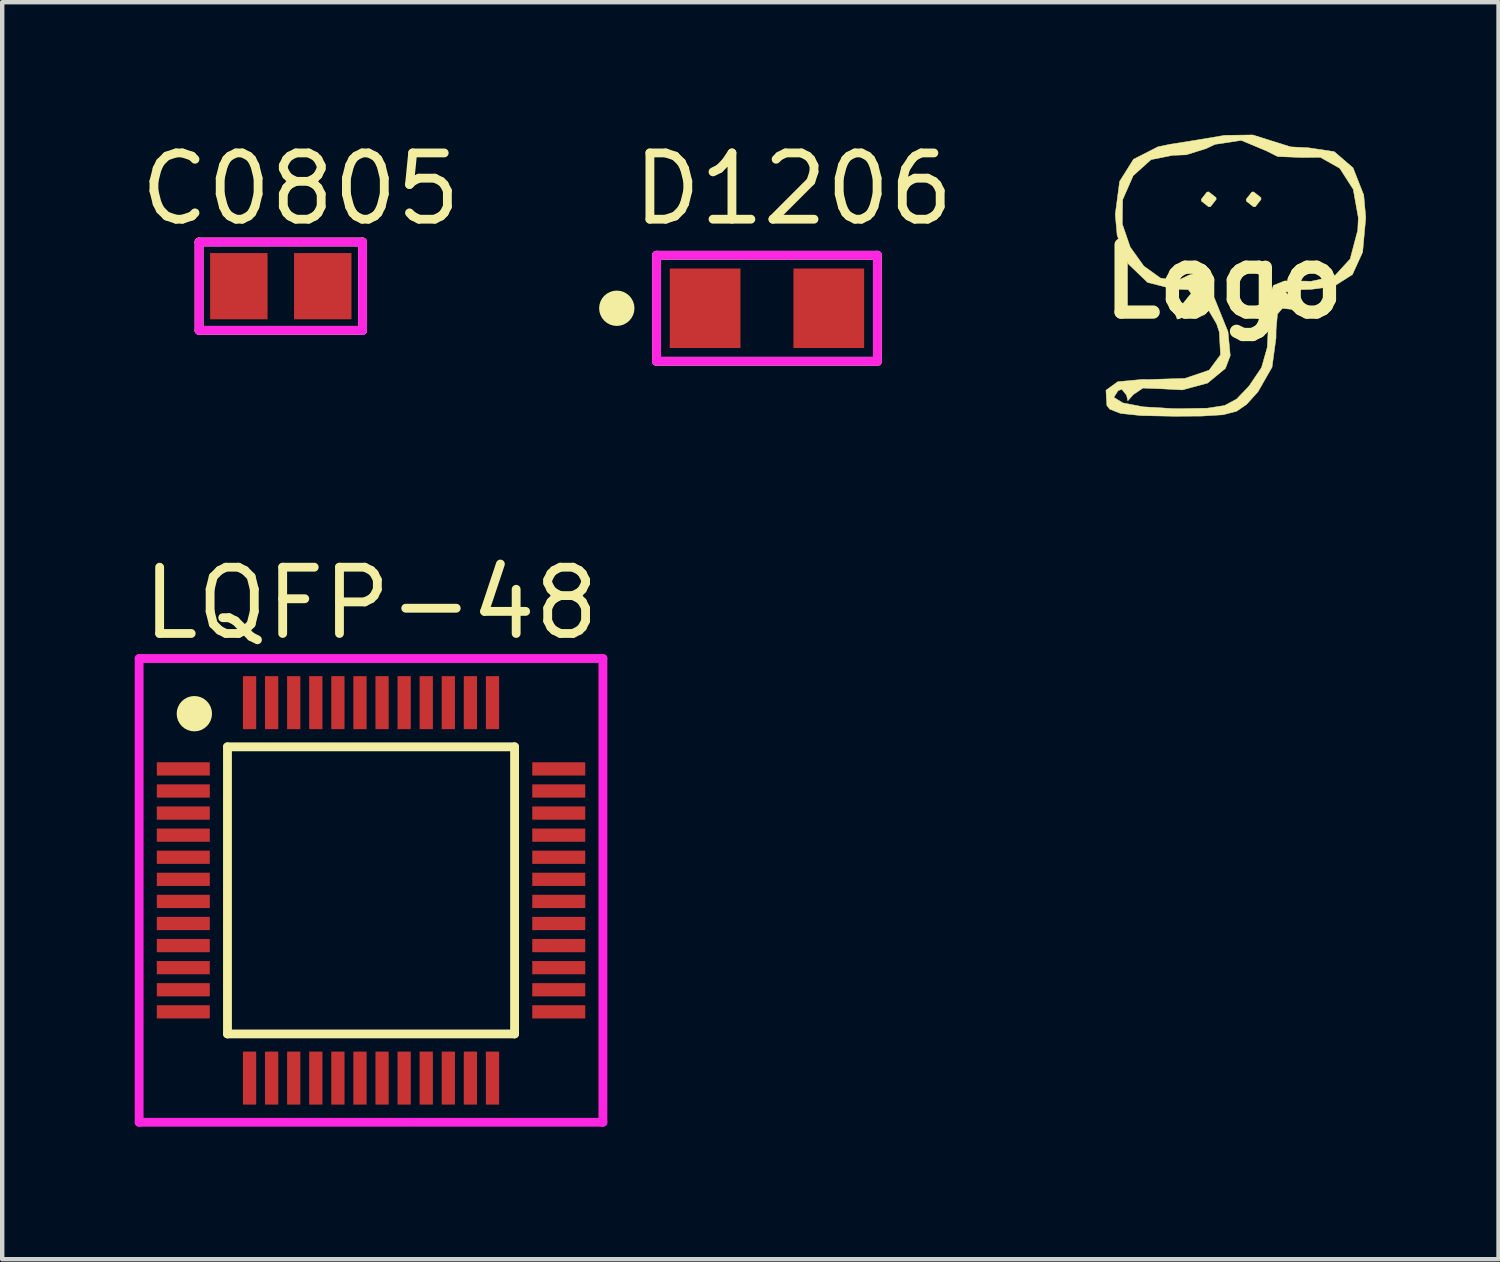
<source format=kicad_pcb>
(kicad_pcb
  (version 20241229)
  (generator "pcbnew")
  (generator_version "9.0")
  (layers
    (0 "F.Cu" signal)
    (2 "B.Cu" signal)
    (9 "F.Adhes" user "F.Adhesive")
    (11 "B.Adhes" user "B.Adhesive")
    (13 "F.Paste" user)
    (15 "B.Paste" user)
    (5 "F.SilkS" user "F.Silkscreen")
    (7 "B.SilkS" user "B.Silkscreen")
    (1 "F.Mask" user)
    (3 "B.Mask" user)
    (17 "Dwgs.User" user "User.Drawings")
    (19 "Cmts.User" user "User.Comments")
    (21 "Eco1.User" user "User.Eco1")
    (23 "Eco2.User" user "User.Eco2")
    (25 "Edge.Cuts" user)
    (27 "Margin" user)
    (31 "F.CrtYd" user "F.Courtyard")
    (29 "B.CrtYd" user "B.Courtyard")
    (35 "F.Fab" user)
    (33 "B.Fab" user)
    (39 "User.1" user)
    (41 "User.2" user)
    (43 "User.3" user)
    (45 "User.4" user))
  (footprint "Logo"
    (layer "F.Cu")
    (at 24.654 3.326)
    (property "Reference" "Logo" (at 0 0 0) (layer "F.SilkS") (effects (font (size 1.524 1.524) (thickness 0.3))))
    (attr through_hole)
    (fp_poly (pts (xy -0.174 -1.903) (xy -0.169 -1.863) (xy -0.298 -1.698) (xy -0.339 -1.693) (xy -0.503 -1.822) (xy -0.508 -1.863) (xy -0.379 -2.027) (xy -0.339 -2.032) (xy -0.174 -1.903)) (stroke (width 0.01) (type solid)) (fill yes) (layer "F.SilkS"))
    (fp_poly (pts (xy 0.842 -1.903) (xy 0.847 -1.863) (xy 0.718 -1.698) (xy 0.677 -1.693) (xy 0.513 -1.822) (xy 0.508 -1.863) (xy 0.637 -2.027) (xy 0.677 -2.032) (xy 0.842 -1.903)) (stroke (width 0.01) (type solid)) (fill yes) (layer "F.SilkS"))
    (fp_poly (pts (xy 1.039 -3.201) (xy 1.518 -3.051) (xy 1.921 -3.03) (xy 2.503 -2.943) (xy 2.929 -2.576) (xy 3.171 -1.961) (xy 3.217 -1.447) (xy 3.146 -0.667) (xy 2.915 -0.16) (xy 2.494 0.107) (xy 1.98 0.175) (xy 1.547 0.187) (xy 1.404 0.238) (xy 1.504 0.365) (xy 1.609 0.45) (xy 1.839 0.644) (xy 1.791 0.678) (xy 1.566 0.63) (xy 1.329 0.605) (xy 1.218 0.733) (xy 1.186 1.094) (xy 1.185 1.273) (xy 1.095 1.937) (xy 0.781 2.486) (xy 0.747 2.527) (xy 0.517 2.781) (xy 0.292 2.935) (xy -0.017 3.015) (xy -0.498 3.044) (xy -1.121 3.048) (xy -1.869 3.033) (xy -2.337 2.983) (xy -2.581 2.887) (xy -2.645 2.802) (xy -2.656 2.619) (xy -2.487 2.619) (xy -2.285 2.745) (xy -1.821 2.834) (xy -1.135 2.875) (xy -0.989 2.876) (xy -0.37 2.865) (xy 0.02 2.805) (xy 0.29 2.66) (xy 0.548 2.393) (xy 0.578 2.358) (xy 0.856 1.947) (xy 0.987 1.488) (xy 1.016 0.918) (xy 1.03 0.371) (xy 1.125 0.085) (xy 1.381 -0.016) (xy 1.878 -0.011) (xy 1.972 -0.006) (xy 2.503 -0.12) (xy 2.863 -0.513) (xy 3.035 -1.163) (xy 3.048 -1.447) (xy 2.933 -2.09) (xy 2.628 -2.566) (xy 2.187 -2.815) (xy 1.781 -2.81) (xy 1.221 -2.832) (xy 0.972 -2.958) (xy 0.398 -3.198) (xy -0.199 -3.107) (xy -0.392 -3.014) (xy -0.848 -2.871) (xy -1.157 -2.859) (xy -1.644 -2.762) (xy -2.049 -2.398) (xy -2.288 -1.853) (xy -2.295 -1.304) (xy -2.116 -0.782) (xy -1.808 -0.352) (xy -1.428 -0.079) (xy -1.032 -0.027) (xy -0.788 -0.147) (xy -0.616 -0.194) (xy -0.426 -0.007) (xy -0.198 0.402) (xy 0.098 1.135) (xy 0.149 1.675) (xy 0.04 1.964) (xy -0.364 2.297) (xy -0.936 2.452) (xy -1.358 2.429) (xy -1.828 2.41) (xy -2.047 2.558) (xy -2.17 2.698) (xy -2.199 2.572) (xy -2.305 2.438) (xy -2.389 2.467) (xy -2.487 2.619) (xy -2.656 2.619) (xy -2.665 2.459) (xy -2.397 2.265) (xy -1.83 2.213) (xy -1.718 2.217) (xy -0.876 2.19) (xy -0.329 2.005) (xy -0.072 1.657) (xy -0.099 1.142) (xy -0.161 0.954) (xy -0.377 0.589) (xy -0.61 0.528) (xy -0.762 0.677) (xy -0.999 0.841) (xy -1.052 0.847) (xy -1.092 0.744) (xy -0.931 0.508) (xy -0.738 0.27) (xy -0.799 0.182) (xy -1.13 0.169) (xy -1.723 0.018) (xy -2.163 -0.404) (xy -2.412 -1.049) (xy -2.455 -1.52) (xy -2.356 -2.269) (xy -2.042 -2.77) (xy -1.488 -3.053) (xy -1.217 -3.109) (xy -0.589 -3.209) (xy 0.023 -3.312) (xy 0.66 -3.321) (xy 1.039 -3.201)) (stroke (width 0.01) (type solid)) (fill yes) (layer "F.SilkS")))
  (footprint "LQFP-48"
    (layer "F.Cu")
    (at 1.1 14.358)
    (property "Reference" "LQFP-48" (at 4.25 -3.75 0) (layer "F.SilkS") (effects (font (size 1.5 1.5) (thickness 0.2))))
    (attr through_hole)
    (fp_line (start 1 -0.5) (end 7.5 -0.5) (stroke (width 0.2) (type solid)) (layer "F.SilkS"))
    (fp_line (start 1 6) (end 1 -0.5) (stroke (width 0.2) (type solid)) (layer "F.SilkS"))
    (fp_line (start 7.5 -0.5) (end 7.5 6) (stroke (width 0.2) (type solid)) (layer "F.SilkS"))
    (fp_line (start 7.5 6) (end 1 6) (stroke (width 0.2) (type solid)) (layer "F.SilkS"))
    (fp_circle (center 0.25 -1.25) (end 0.45 -1.25) (stroke (width 0.4) (type solid)) (fill no) (layer "F.SilkS"))
    (fp_line (start -1 -2.5) (end 9.5 -2.5) (stroke (width 0.2) (type solid)) (layer "F.CrtYd"))
    (fp_line (start -1 8) (end -1 -2.5) (stroke (width 0.2) (type solid)) (layer "F.CrtYd"))
    (fp_line (start 9.5 -2.5) (end 9.5 8) (stroke (width 0.2) (type solid)) (layer "F.CrtYd"))
    (fp_line (start 9.5 8) (end -1 8) (stroke (width 0.2) (type solid)) (layer "F.CrtYd"))
    (pad "1" smd rect (at 0 0) (size 1.2 0.3) (layers "F.Cu" "F.Mask" "F.Paste"))
    (pad "2" smd rect (at 0 0.5) (size 1.2 0.3) (layers "F.Cu" "F.Mask" "F.Paste"))
    (pad "3" smd rect (at 0 1) (size 1.2 0.3) (layers "F.Cu" "F.Mask" "F.Paste"))
    (pad "4" smd rect (at 0 1.5) (size 1.2 0.3) (layers "F.Cu" "F.Mask" "F.Paste"))
    (pad "5" smd rect (at 0 2) (size 1.2 0.3) (layers "F.Cu" "F.Mask" "F.Paste"))
    (pad "6" smd rect (at 0 2.5) (size 1.2 0.3) (layers "F.Cu" "F.Mask" "F.Paste"))
    (pad "7" smd rect (at 0 3) (size 1.2 0.3) (layers "F.Cu" "F.Mask" "F.Paste"))
    (pad "8" smd rect (at 0 3.5) (size 1.2 0.3) (layers "F.Cu" "F.Mask" "F.Paste"))
    (pad "9" smd rect (at 0 4) (size 1.2 0.3) (layers "F.Cu" "F.Mask" "F.Paste"))
    (pad "10" smd rect (at 0 4.5) (size 1.2 0.3) (layers "F.Cu" "F.Mask" "F.Paste"))
    (pad "11" smd rect (at 0 5) (size 1.2 0.3) (layers "F.Cu" "F.Mask" "F.Paste"))
    (pad "12" smd rect (at 0 5.5) (size 1.2 0.3) (layers "F.Cu" "F.Mask" "F.Paste"))
    (pad "13" smd rect (at 1.5 7 90) (size 1.2 0.3) (layers "F.Cu" "F.Mask" "F.Paste"))
    (pad "14" smd rect (at 2 7 90) (size 1.2 0.3) (layers "F.Cu" "F.Mask" "F.Paste"))
    (pad "15" smd rect (at 2.5 7 90) (size 1.2 0.3) (layers "F.Cu" "F.Mask" "F.Paste"))
    (pad "16" smd rect (at 3 7 90) (size 1.2 0.3) (layers "F.Cu" "F.Mask" "F.Paste"))
    (pad "17" smd rect (at 3.5 7 90) (size 1.2 0.3) (layers "F.Cu" "F.Mask" "F.Paste"))
    (pad "18" smd rect (at 4 7 90) (size 1.2 0.3) (layers "F.Cu" "F.Mask" "F.Paste"))
    (pad "19" smd rect (at 4.5 7 90) (size 1.2 0.3) (layers "F.Cu" "F.Mask" "F.Paste"))
    (pad "20" smd rect (at 5 7 90) (size 1.2 0.3) (layers "F.Cu" "F.Mask" "F.Paste"))
    (pad "21" smd rect (at 5.5 7 90) (size 1.2 0.3) (layers "F.Cu" "F.Mask" "F.Paste"))
    (pad "22" smd rect (at 6 7 90) (size 1.2 0.3) (layers "F.Cu" "F.Mask" "F.Paste"))
    (pad "23" smd rect (at 6.5 7 90) (size 1.2 0.3) (layers "F.Cu" "F.Mask" "F.Paste"))
    (pad "24" smd rect (at 7 7 90) (size 1.2 0.3) (layers "F.Cu" "F.Mask" "F.Paste"))
    (pad "25" smd rect (at 8.5 5.5) (size 1.2 0.3) (layers "F.Cu" "F.Mask" "F.Paste"))
    (pad "26" smd rect (at 8.5 5) (size 1.2 0.3) (layers "F.Cu" "F.Mask" "F.Paste"))
    (pad "27" smd rect (at 8.5 4.5) (size 1.2 0.3) (layers "F.Cu" "F.Mask" "F.Paste"))
    (pad "28" smd rect (at 8.5 4) (size 1.2 0.3) (layers "F.Cu" "F.Mask" "F.Paste"))
    (pad "29" smd rect (at 8.5 3.5) (size 1.2 0.3) (layers "F.Cu" "F.Mask" "F.Paste"))
    (pad "30" smd rect (at 8.5 3) (size 1.2 0.3) (layers "F.Cu" "F.Mask" "F.Paste"))
    (pad "31" smd rect (at 8.5 2.5) (size 1.2 0.3) (layers "F.Cu" "F.Mask" "F.Paste"))
    (pad "32" smd rect (at 8.5 2) (size 1.2 0.3) (layers "F.Cu" "F.Mask" "F.Paste"))
    (pad "33" smd rect (at 8.5 1.5) (size 1.2 0.3) (layers "F.Cu" "F.Mask" "F.Paste"))
    (pad "34" smd rect (at 8.5 1) (size 1.2 0.3) (layers "F.Cu" "F.Mask" "F.Paste"))
    (pad "35" smd rect (at 8.5 0.5) (size 1.2 0.3) (layers "F.Cu" "F.Mask" "F.Paste"))
    (pad "36" smd rect (at 8.5 0) (size 1.2 0.3) (layers "F.Cu" "F.Mask" "F.Paste"))
    (pad "37" smd rect (at 7 -1.5 90) (size 1.2 0.3) (layers "F.Cu" "F.Mask" "F.Paste"))
    (pad "38" smd rect (at 6.5 -1.5 90) (size 1.2 0.3) (layers "F.Cu" "F.Mask" "F.Paste"))
    (pad "39" smd rect (at 6 -1.5 90) (size 1.2 0.3) (layers "F.Cu" "F.Mask" "F.Paste"))
    (pad "40" smd rect (at 5.5 -1.5 90) (size 1.2 0.3) (layers "F.Cu" "F.Mask" "F.Paste"))
    (pad "41" smd rect (at 5 -1.5 90) (size 1.2 0.3) (layers "F.Cu" "F.Mask" "F.Paste"))
    (pad "42" smd rect (at 4.5 -1.5 90) (size 1.2 0.3) (layers "F.Cu" "F.Mask" "F.Paste"))
    (pad "43" smd rect (at 4 -1.5 90) (size 1.2 0.3) (layers "F.Cu" "F.Mask" "F.Paste"))
    (pad "44" smd rect (at 3.5 -1.5 90) (size 1.2 0.3) (layers "F.Cu" "F.Mask" "F.Paste"))
    (pad "45" smd rect (at 3 -1.5 90) (size 1.2 0.3) (layers "F.Cu" "F.Mask" "F.Paste"))
    (pad "46" smd rect (at 2.5 -1.5 90) (size 1.2 0.3) (layers "F.Cu" "F.Mask" "F.Paste"))
    (pad "47" smd rect (at 2 -1.5 90) (size 1.2 0.3) (layers "F.Cu" "F.Mask" "F.Paste"))
    (pad "48" smd rect (at 1.5 -1.5 90) (size 1.2 0.3) (layers "F.Cu" "F.Mask" "F.Paste")))
  (footprint "D1206"
    (layer "F.Cu")
    (at 12.914 3.929)
    (property "Reference" "D1206" (at 2 -2.7 0) (layer "F.SilkS") (effects (font (size 1.5 1.5) (thickness 0.2))))
    (attr through_hole)
    (fp_line (start -1.1 -1.2) (end 3.9 -1.2) (stroke (width 0.2) (type solid)) (layer "F.SilkS"))
    (fp_line (start -1.1 1.2) (end -1.1 -1.2) (stroke (width 0.2) (type solid)) (layer "F.SilkS"))
    (fp_line (start 3.9 -1.2) (end 3.9 1.2) (stroke (width 0.2) (type solid)) (layer "F.SilkS"))
    (fp_line (start 3.9 1.2) (end -1.1 1.2) (stroke (width 0.2) (type solid)) (layer "F.SilkS"))
    (fp_circle (center -2 0) (end -1.8 0) (stroke (width 0.4) (type solid)) (fill no) (layer "F.SilkS"))
    (fp_line (start -1.1 -1.2) (end 3.9 -1.2) (stroke (width 0.2) (type solid)) (layer "F.CrtYd"))
    (fp_line (start -1.1 1.2) (end -1.1 -1.2) (stroke (width 0.2) (type solid)) (layer "F.CrtYd"))
    (fp_line (start 3.9 -1.2) (end 3.9 1.2) (stroke (width 0.2) (type solid)) (layer "F.CrtYd"))
    (fp_line (start 3.9 1.2) (end -1.1 1.2) (stroke (width 0.2) (type solid)) (layer "F.CrtYd"))
    (pad "1" smd rect (at 0 0) (size 1.6 1.8) (layers "F.Cu" "F.Mask" "F.Paste"))
    (pad "2" smd rect (at 2.8 0) (size 1.6 1.8) (layers "F.Cu" "F.Mask" "F.Paste")))
  (footprint "C0805"
    (layer "F.Cu")
    (at 2.357 3.429)
    (property "Reference" "C0805" (at 1.4 -2.2 0) (layer "F.SilkS") (effects (font (size 1.5 1.5) (thickness 0.2))))
    (attr through_hole)
    (fp_line (start -0.9 -1) (end 2.8 -1) (stroke (width 0.2) (type solid)) (layer "F.SilkS"))
    (fp_line (start -0.9 1) (end -0.9 -1) (stroke (width 0.2) (type solid)) (layer "F.SilkS"))
    (fp_line (start 2.8 -1) (end 2.8 1) (stroke (width 0.2) (type solid)) (layer "F.SilkS"))
    (fp_line (start 2.8 1) (end -0.9 1) (stroke (width 0.2) (type solid)) (layer "F.SilkS"))
    (fp_line (start -0.9 -1) (end -0.9 1) (stroke (width 0.2) (type solid)) (layer "F.CrtYd"))
    (fp_line (start -0.9 -1) (end 2.8 -1) (stroke (width 0.2) (type solid)) (layer "F.CrtYd"))
    (fp_line (start -0.9 1) (end 2.8 1) (stroke (width 0.2) (type solid)) (layer "F.CrtYd"))
    (fp_line (start 2.8 -1) (end 2.8 0.9) (stroke (width 0.2) (type solid)) (layer "F.CrtYd"))
    (fp_line (start 2.8 1) (end 2.8 0.9) (stroke (width 0.2) (type solid)) (layer "F.CrtYd"))
    (pad "1" smd rect (at 0 0) (size 1.3 1.5) (layers "F.Cu" "F.Mask" "F.Paste"))
    (pad "2" smd rect (at 1.9 0) (size 1.3 1.5) (layers "F.Cu" "F.Mask" "F.Paste")))
  (gr_rect
    (start -3 -3)
    (end 30.877 25.458)
    (stroke (width 0.1) (type default))
    (fill no)
    (layer "Edge.Cuts")))
</source>
